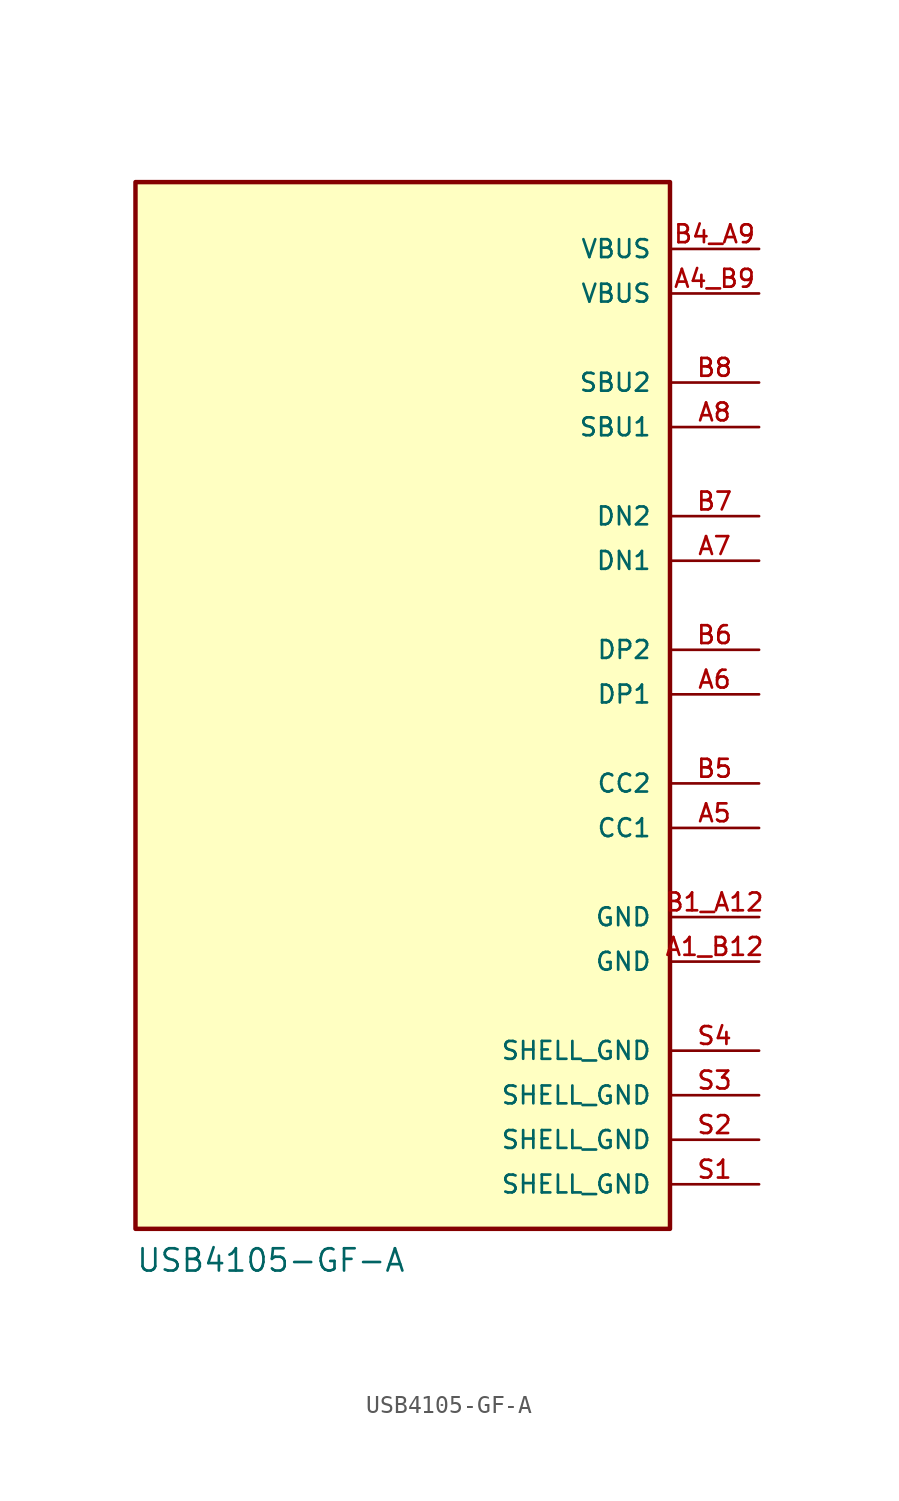
<source format=kicad_sym>
(kicad_symbol_lib
  (version 20211014)
  (generator kicad_symbol_editor)
  (symbol "USB4105-GF-A"
    (pin_names
      (offset 1.016))
    (property "Reference" "J"
      (at -15.24 29.21 0)
      (effects (font (size 1.27 1.27)) (justify left bottom) hide))
    (property "Value" "USB4105-GF-A"
      (at -15.24 -30.48 0)
      (effects (font (size 1.27 1.27)) (justify left bottom)))
    (property "ki_locked" ""
      (at 0 0 0)
      (effects (font (size 1.27 1.27))))
    (symbol "USB4105-GF-A_0_0"
      (rectangle (start -15.24 31.75) (end 15.24 -27.94) (stroke (width 0.254) (type default) (color 0 0 0 0)) (fill (type background)))
      (pin power_in line (at 20.32 -12.7 180) (length 5.08) (name "GND" (effects (font (size 1.016 1.016)))) (number "A1_B12" (effects (font (size 1.016 1.016)))))
      (pin power_in line (at 20.32 25.4 180) (length 5.08) (name "VBUS" (effects (font (size 1.016 1.016)))) (number "A4_B9" (effects (font (size 1.016 1.016)))))
      (pin bidirectional line (at 20.32 -5.08 180) (length 5.08) (name "CC1" (effects (font (size 1.016 1.016)))) (number "A5" (effects (font (size 1.016 1.016)))))
      (pin bidirectional line (at 20.32 2.54 180) (length 5.08) (name "DP1" (effects (font (size 1.016 1.016)))) (number "A6" (effects (font (size 1.016 1.016)))))
      (pin bidirectional line (at 20.32 10.16 180) (length 5.08) (name "DN1" (effects (font (size 1.016 1.016)))) (number "A7" (effects (font (size 1.016 1.016)))))
      (pin bidirectional line (at 20.32 17.78 180) (length 5.08) (name "SBU1" (effects (font (size 1.016 1.016)))) (number "A8" (effects (font (size 1.016 1.016)))))
      (pin power_in line (at 20.32 -10.16 180) (length 5.08) (name "GND" (effects (font (size 1.016 1.016)))) (number "B1_A12" (effects (font (size 1.016 1.016)))))
      (pin power_in line (at 20.32 27.94 180) (length 5.08) (name "VBUS" (effects (font (size 1.016 1.016)))) (number "B4_A9" (effects (font (size 1.016 1.016)))))
      (pin bidirectional line (at 20.32 -2.54 180) (length 5.08) (name "CC2" (effects (font (size 1.016 1.016)))) (number "B5" (effects (font (size 1.016 1.016)))))
      (pin bidirectional line (at 20.32 5.08 180) (length 5.08) (name "DP2" (effects (font (size 1.016 1.016)))) (number "B6" (effects (font (size 1.016 1.016)))))
      (pin bidirectional line (at 20.32 12.7 180) (length 5.08) (name "DN2" (effects (font (size 1.016 1.016)))) (number "B7" (effects (font (size 1.016 1.016)))))
      (pin bidirectional line (at 20.32 20.32 180) (length 5.08) (name "SBU2" (effects (font (size 1.016 1.016)))) (number "B8" (effects (font (size 1.016 1.016)))))
      (pin power_in line (at 20.32 -25.4 180) (length 5.08) (name "SHELL_GND" (effects (font (size 1.016 1.016)))) (number "S1" (effects (font (size 1.016 1.016)))))
      (pin power_in line (at 20.32 -22.86 180) (length 5.08) (name "SHELL_GND" (effects (font (size 1.016 1.016)))) (number "S2" (effects (font (size 1.016 1.016)))))
      (pin power_in line (at 20.32 -20.32 180) (length 5.08) (name "SHELL_GND" (effects (font (size 1.016 1.016)))) (number "S3" (effects (font (size 1.016 1.016)))))
      (pin power_in line (at 20.32 -17.78 180) (length 5.08) (name "SHELL_GND" (effects (font (size 1.016 1.016)))) (number "S4" (effects (font (size 1.016 1.016))))))))
</source>
